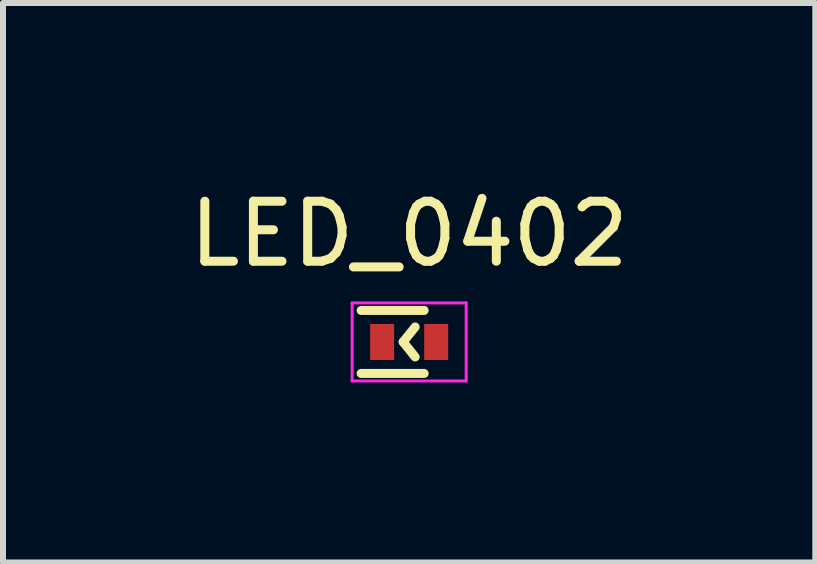
<source format=kicad_pcb>
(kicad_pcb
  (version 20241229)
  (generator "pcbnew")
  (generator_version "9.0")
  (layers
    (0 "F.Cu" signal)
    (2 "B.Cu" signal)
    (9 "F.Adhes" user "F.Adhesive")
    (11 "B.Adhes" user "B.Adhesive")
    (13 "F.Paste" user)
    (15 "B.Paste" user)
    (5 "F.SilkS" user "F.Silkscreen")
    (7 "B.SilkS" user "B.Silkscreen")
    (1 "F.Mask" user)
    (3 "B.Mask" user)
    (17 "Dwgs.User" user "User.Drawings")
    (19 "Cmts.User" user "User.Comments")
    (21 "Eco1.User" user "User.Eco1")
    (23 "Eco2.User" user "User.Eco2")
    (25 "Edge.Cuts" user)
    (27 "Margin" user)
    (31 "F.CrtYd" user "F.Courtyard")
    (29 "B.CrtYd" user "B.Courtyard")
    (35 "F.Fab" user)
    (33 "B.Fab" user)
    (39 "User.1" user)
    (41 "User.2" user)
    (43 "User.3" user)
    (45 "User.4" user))
  (footprint "LED_0402"
    (layer "F.Cu")
    (at 3.768 2.648)
    (property "Reference" "LED_0402" (at 0 -1.8 0) (layer "F.SilkS") (effects (font (size 1 1) (thickness 0.15))))
    (attr smd)
    (fp_line (start -0.1 0) (end 0.1 0.25) (stroke (width 0.15) (type solid)) (layer "F.SilkS"))
    (fp_line (start 0.1 -0.25) (end -0.1 0) (stroke (width 0.15) (type solid)) (layer "F.SilkS"))
    (fp_line (start 0.25 -0.525) (end -0.8 -0.525) (stroke (width 0.15) (type solid)) (layer "F.SilkS"))
    (fp_line (start 0.25 0.525) (end -0.8 0.525) (stroke (width 0.15) (type solid)) (layer "F.SilkS"))
    (fp_line (start -0.95 -0.65) (end -0.95 0.65) (stroke (width 0.05) (type solid)) (layer "F.CrtYd"))
    (fp_line (start -0.95 -0.65) (end 0.95 -0.65) (stroke (width 0.05) (type solid)) (layer "F.CrtYd"))
    (fp_line (start -0.95 0.65) (end 0.95 0.65) (stroke (width 0.05) (type solid)) (layer "F.CrtYd"))
    (fp_line (start 0.95 -0.65) (end 0.95 0.65) (stroke (width 0.05) (type solid)) (layer "F.CrtYd"))
    (pad "1" smd rect (at -0.45 0) (size 0.4 0.6) (layers "F.Cu" "F.Mask" "F.Paste"))
    (pad "2" smd rect (at 0.45 0) (size 0.4 0.6) (layers "F.Cu" "F.Mask" "F.Paste")))
  (gr_rect
    (start -3 -3)
    (end 10.536 6.323)
    (stroke (width 0.1) (type default))
    (fill no)
    (layer "Edge.Cuts")))
</source>
